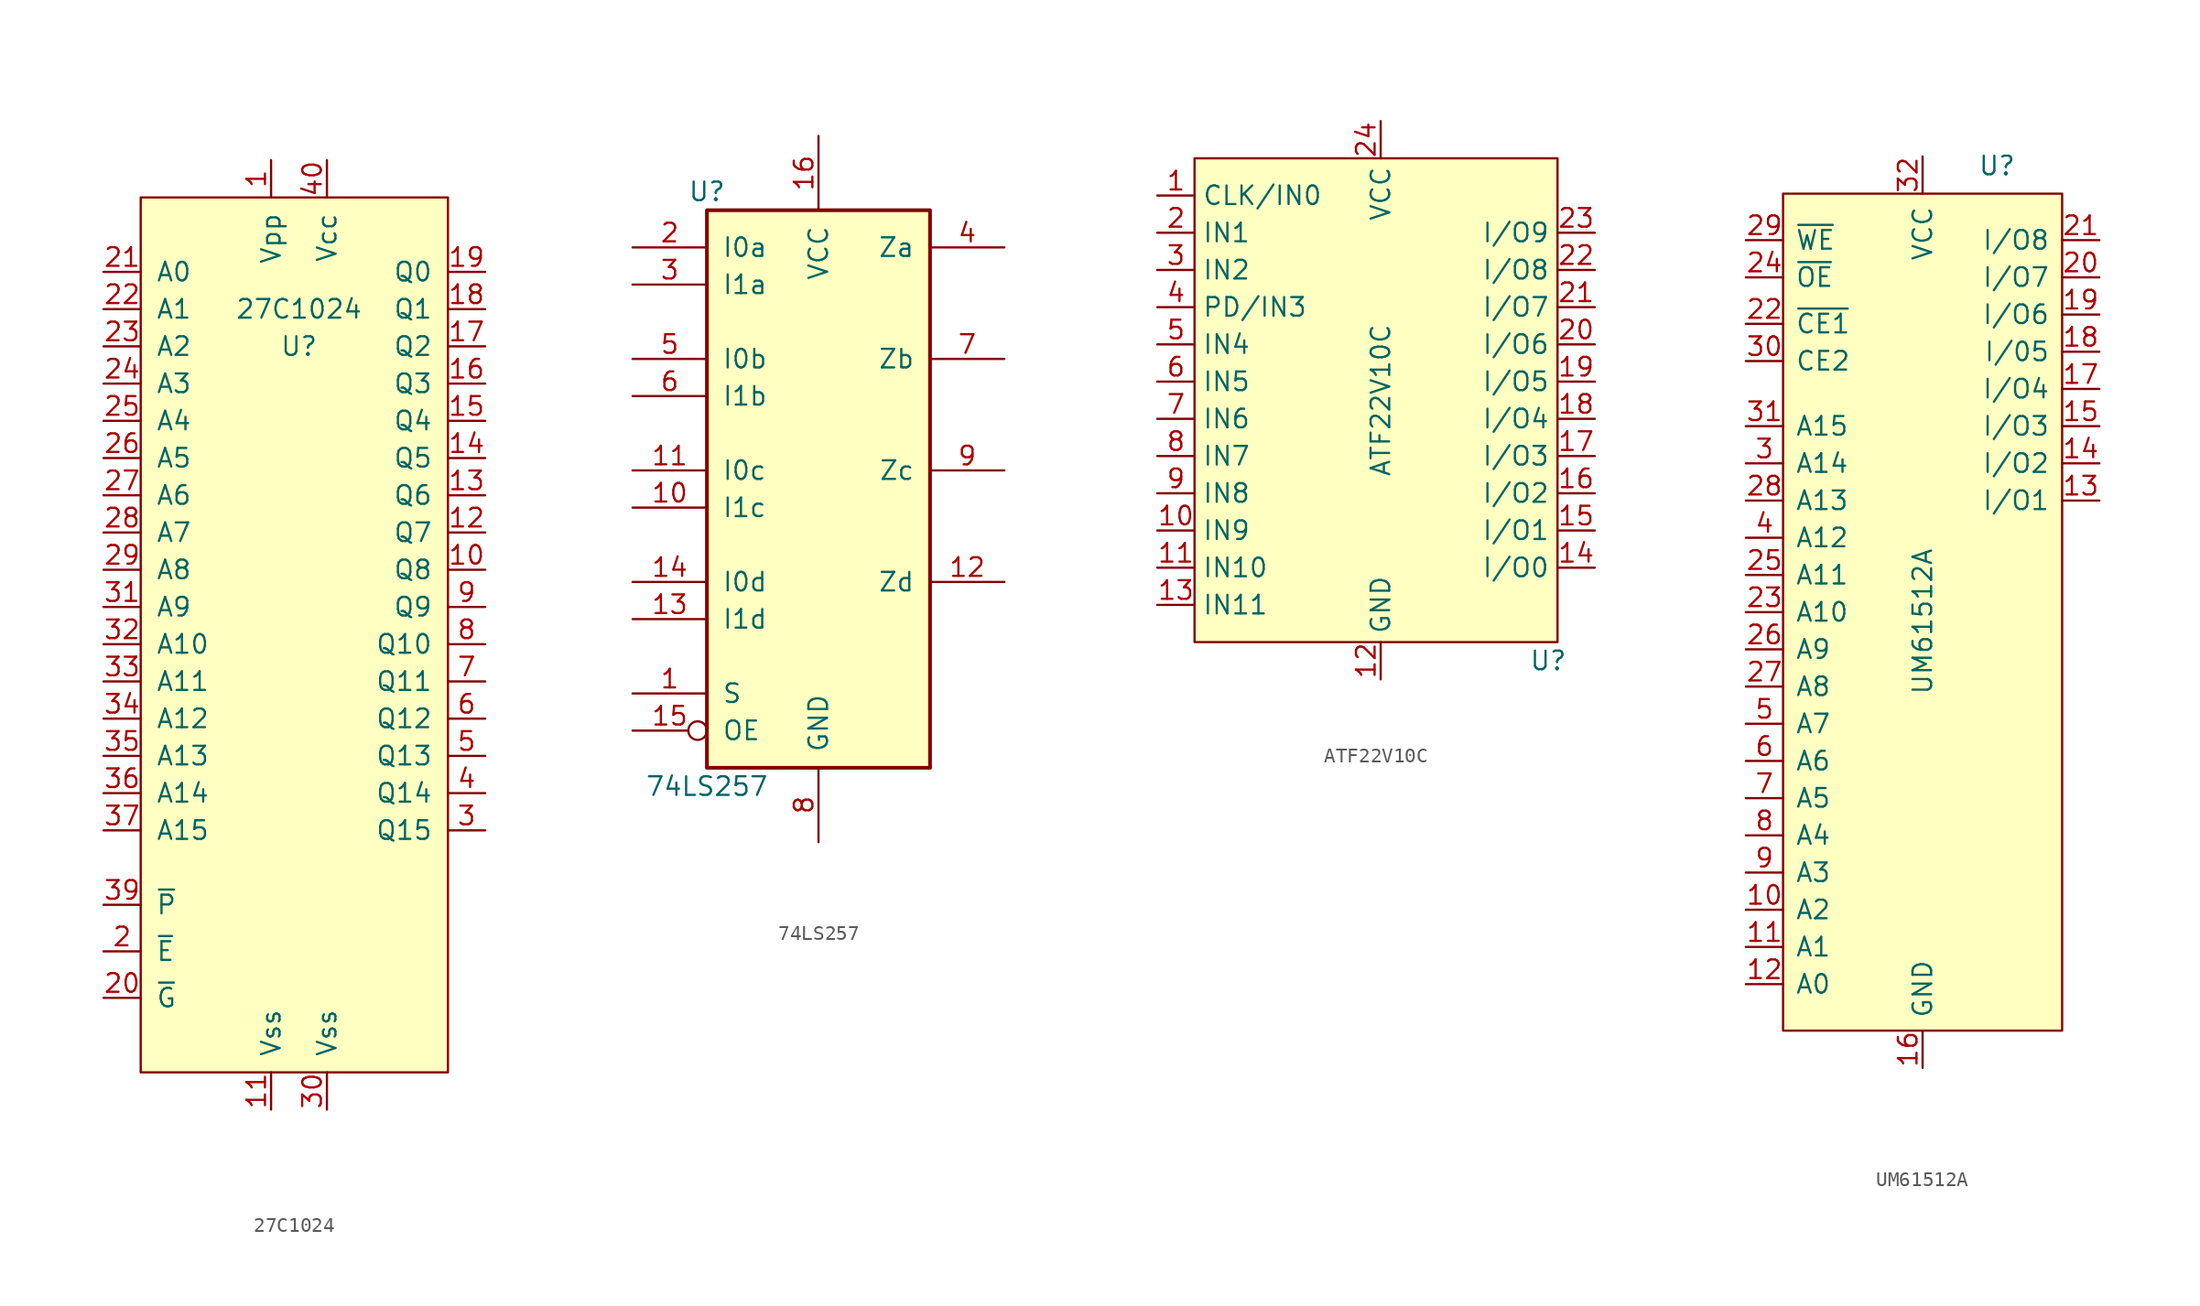
<source format=kicad_sym>
(kicad_symbol_lib
  (version 20211014)
  (generator kicad_symbol_editor)
  (symbol "27C1024"
    (pin_names
      (offset 1.016))
    (property "Reference" "U"
      (at 10.795 -10.16 0)
      (effects (font (size 1.27 1.27))))
    (property "Value" "27C1024"
      (at 10.795 -7.62 0)
      (effects (font (size 1.27 1.27))))
    (symbol "27C1024_0_0"
      (pin power_in line (at 8.89 2.54 270) (length 2.54) (name "Vpp" (effects (font (size 1.27 1.27)))) (number "1" (effects (font (size 1.27 1.27)))))
      (pin output line (at 23.495 -25.4 180) (length 2.54) (name "Q8" (effects (font (size 1.27 1.27)))) (number "10" (effects (font (size 1.27 1.27)))))
      (pin power_in line (at 8.89 -62.23 90) (length 2.54) (name "Vss" (effects (font (size 1.27 1.27)))) (number "11" (effects (font (size 1.27 1.27)))))
      (pin output line (at 23.495 -22.86 180) (length 2.54) (name "Q7" (effects (font (size 1.27 1.27)))) (number "12" (effects (font (size 1.27 1.27)))))
      (pin output line (at 23.495 -20.32 180) (length 2.54) (name "Q6" (effects (font (size 1.27 1.27)))) (number "13" (effects (font (size 1.27 1.27)))))
      (pin output line (at 23.495 -17.78 180) (length 2.54) (name "Q5" (effects (font (size 1.27 1.27)))) (number "14" (effects (font (size 1.27 1.27)))))
      (pin output line (at 23.495 -15.24 180) (length 2.54) (name "Q4" (effects (font (size 1.27 1.27)))) (number "15" (effects (font (size 1.27 1.27)))))
      (pin output line (at 23.495 -12.7 180) (length 2.54) (name "Q3" (effects (font (size 1.27 1.27)))) (number "16" (effects (font (size 1.27 1.27)))))
      (pin output line (at 23.495 -10.16 180) (length 2.54) (name "Q2" (effects (font (size 1.27 1.27)))) (number "17" (effects (font (size 1.27 1.27)))))
      (pin output line (at 23.495 -7.62 180) (length 2.54) (name "Q1" (effects (font (size 1.27 1.27)))) (number "18" (effects (font (size 1.27 1.27)))))
      (pin output line (at 23.495 -5.08 180) (length 2.54) (name "Q0" (effects (font (size 1.27 1.27)))) (number "19" (effects (font (size 1.27 1.27)))))
      (pin input line (at -2.54 -51.435 0) (length 2.54) (name "~{E}" (effects (font (size 1.27 1.27)))) (number "2" (effects (font (size 1.27 1.27)))))
      (pin input line (at -2.54 -54.61 0) (length 2.54) (name "~{G}" (effects (font (size 1.27 1.27)))) (number "20" (effects (font (size 1.27 1.27)))))
      (pin input line (at -2.54 -5.08 0) (length 2.54) (name "A0" (effects (font (size 1.27 1.27)))) (number "21" (effects (font (size 1.27 1.27)))))
      (pin input line (at -2.54 -7.62 0) (length 2.54) (name "A1" (effects (font (size 1.27 1.27)))) (number "22" (effects (font (size 1.27 1.27)))))
      (pin input line (at -2.54 -10.16 0) (length 2.54) (name "A2" (effects (font (size 1.27 1.27)))) (number "23" (effects (font (size 1.27 1.27)))))
      (pin input line (at -2.54 -12.7 0) (length 2.54) (name "A3" (effects (font (size 1.27 1.27)))) (number "24" (effects (font (size 1.27 1.27)))))
      (pin input line (at -2.54 -15.24 0) (length 2.54) (name "A4" (effects (font (size 1.27 1.27)))) (number "25" (effects (font (size 1.27 1.27)))))
      (pin input line (at -2.54 -17.78 0) (length 2.54) (name "A5" (effects (font (size 1.27 1.27)))) (number "26" (effects (font (size 1.27 1.27)))))
      (pin input line (at -2.54 -20.32 0) (length 2.54) (name "A6" (effects (font (size 1.27 1.27)))) (number "27" (effects (font (size 1.27 1.27)))))
      (pin input line (at -2.54 -22.86 0) (length 2.54) (name "A7" (effects (font (size 1.27 1.27)))) (number "28" (effects (font (size 1.27 1.27)))))
      (pin input line (at -2.54 -25.4 0) (length 2.54) (name "A8" (effects (font (size 1.27 1.27)))) (number "29" (effects (font (size 1.27 1.27)))))
      (pin output line (at 23.495 -43.18 180) (length 2.54) (name "Q15" (effects (font (size 1.27 1.27)))) (number "3" (effects (font (size 1.27 1.27)))))
      (pin power_in line (at 12.7 -62.23 90) (length 2.54) (name "Vss" (effects (font (size 1.27 1.27)))) (number "30" (effects (font (size 1.27 1.27)))))
      (pin input line (at -2.54 -27.94 0) (length 2.54) (name "A9" (effects (font (size 1.27 1.27)))) (number "31" (effects (font (size 1.27 1.27)))))
      (pin input line (at -2.54 -30.48 0) (length 2.54) (name "A10" (effects (font (size 1.27 1.27)))) (number "32" (effects (font (size 1.27 1.27)))))
      (pin input line (at -2.54 -33.02 0) (length 2.54) (name "A11" (effects (font (size 1.27 1.27)))) (number "33" (effects (font (size 1.27 1.27)))))
      (pin input line (at -2.54 -35.56 0) (length 2.54) (name "A12" (effects (font (size 1.27 1.27)))) (number "34" (effects (font (size 1.27 1.27)))))
      (pin input line (at -2.54 -38.1 0) (length 2.54) (name "A13" (effects (font (size 1.27 1.27)))) (number "35" (effects (font (size 1.27 1.27)))))
      (pin input line (at -2.54 -40.64 0) (length 2.54) (name "A14" (effects (font (size 1.27 1.27)))) (number "36" (effects (font (size 1.27 1.27)))))
      (pin input line (at -2.54 -43.18 0) (length 2.54) (name "A15" (effects (font (size 1.27 1.27)))) (number "37" (effects (font (size 1.27 1.27)))))
      (pin no_connect line (at 23.495 -48.26 180) (length 2.54) hide (name "NC" (effects (font (size 1.27 1.27)))) (number "38" (effects (font (size 1.27 1.27)))))
      (pin input line (at -2.54 -48.26 0) (length 2.54) (name "~{P}" (effects (font (size 1.27 1.27)))) (number "39" (effects (font (size 1.27 1.27)))))
      (pin output line (at 23.495 -40.64 180) (length 2.54) (name "Q14" (effects (font (size 1.27 1.27)))) (number "4" (effects (font (size 1.27 1.27)))))
      (pin power_in line (at 12.7 2.54 270) (length 2.54) (name "Vcc" (effects (font (size 1.27 1.27)))) (number "40" (effects (font (size 1.27 1.27)))))
      (pin output line (at 23.495 -38.1 180) (length 2.54) (name "Q13" (effects (font (size 1.27 1.27)))) (number "5" (effects (font (size 1.27 1.27)))))
      (pin output line (at 23.495 -35.56 180) (length 2.54) (name "Q12" (effects (font (size 1.27 1.27)))) (number "6" (effects (font (size 1.27 1.27)))))
      (pin output line (at 23.495 -33.02 180) (length 2.54) (name "Q11" (effects (font (size 1.27 1.27)))) (number "7" (effects (font (size 1.27 1.27)))))
      (pin output line (at 23.495 -30.48 180) (length 2.54) (name "Q10" (effects (font (size 1.27 1.27)))) (number "8" (effects (font (size 1.27 1.27)))))
      (pin output line (at 23.495 -27.94 180) (length 2.54) (name "Q9" (effects (font (size 1.27 1.27)))) (number "9" (effects (font (size 1.27 1.27))))))
    (symbol "27C1024_0_1"
      (rectangle (start 0 0) (end 20.955 -59.69) (stroke (width 0) (type default) (color 0 0 0 0)) (fill (type background)))))
  (symbol "74LS257"
    (pin_names
      (offset 1.016))
    (property "Reference" "U"
      (at -7.62 19.05 0)
      (effects (font (size 1.27 1.27))))
    (property "Value" "74LS257"
      (at -7.62 -21.59 0)
      (effects (font (size 1.27 1.27))))
    (property "ki_locked" ""
      (at 0 0 0)
      (effects (font (size 1.27 1.27))))
    (symbol "74LS257_1_0"
      (pin input line (at -12.7 -15.24 0) (length 5.08) (name "S" (effects (font (size 1.27 1.27)))) (number "1" (effects (font (size 1.27 1.27)))))
      (pin input line (at -12.7 -2.54 0) (length 5.08) (name "I1c" (effects (font (size 1.27 1.27)))) (number "10" (effects (font (size 1.27 1.27)))))
      (pin input line (at -12.7 0 0) (length 5.08) (name "I0c" (effects (font (size 1.27 1.27)))) (number "11" (effects (font (size 1.27 1.27)))))
      (pin tri_state line (at 12.7 -7.62 180) (length 5.08) (name "Zd" (effects (font (size 1.27 1.27)))) (number "12" (effects (font (size 1.27 1.27)))))
      (pin input line (at -12.7 -10.16 0) (length 5.08) (name "I1d" (effects (font (size 1.27 1.27)))) (number "13" (effects (font (size 1.27 1.27)))))
      (pin input line (at -12.7 -7.62 0) (length 5.08) (name "I0d" (effects (font (size 1.27 1.27)))) (number "14" (effects (font (size 1.27 1.27)))))
      (pin input inverted (at -12.7 -17.78 0) (length 5.08) (name "OE" (effects (font (size 1.27 1.27)))) (number "15" (effects (font (size 1.27 1.27)))))
      (pin power_in line (at 0 22.86 270) (length 5.08) (name "VCC" (effects (font (size 1.27 1.27)))) (number "16" (effects (font (size 1.27 1.27)))))
      (pin input line (at -12.7 15.24 0) (length 5.08) (name "I0a" (effects (font (size 1.27 1.27)))) (number "2" (effects (font (size 1.27 1.27)))))
      (pin input line (at -12.7 12.7 0) (length 5.08) (name "I1a" (effects (font (size 1.27 1.27)))) (number "3" (effects (font (size 1.27 1.27)))))
      (pin tri_state line (at 12.7 15.24 180) (length 5.08) (name "Za" (effects (font (size 1.27 1.27)))) (number "4" (effects (font (size 1.27 1.27)))))
      (pin input line (at -12.7 7.62 0) (length 5.08) (name "I0b" (effects (font (size 1.27 1.27)))) (number "5" (effects (font (size 1.27 1.27)))))
      (pin input line (at -12.7 5.08 0) (length 5.08) (name "I1b" (effects (font (size 1.27 1.27)))) (number "6" (effects (font (size 1.27 1.27)))))
      (pin tri_state line (at 12.7 7.62 180) (length 5.08) (name "Zb" (effects (font (size 1.27 1.27)))) (number "7" (effects (font (size 1.27 1.27)))))
      (pin power_in line (at 0 -25.4 90) (length 5.08) (name "GND" (effects (font (size 1.27 1.27)))) (number "8" (effects (font (size 1.27 1.27)))))
      (pin tri_state line (at 12.7 0 180) (length 5.08) (name "Zc" (effects (font (size 1.27 1.27)))) (number "9" (effects (font (size 1.27 1.27))))))
    (symbol "74LS257_1_1"
      (rectangle (start -7.62 17.78) (end 7.62 -20.32) (stroke (width 0.254) (type default) (color 0 0 0 0)) (fill (type background)))))
  (symbol "ATF22V10C"
    (property "Reference" "U"
      (at 11.43 -17.78 0)
      (effects (font (size 1.27 1.27))))
    (property "Value" "ATF22V10C"
      (at 0 0 90)
      (effects (font (size 1.27 1.27))))
    (symbol "ATF22V10C_0_0"
      (pin input line (at -15.24 13.97 0) (length 2.54) (name "CLK/IN0" (effects (font (size 1.27 1.27)))) (number "1" (effects (font (size 1.27 1.27)))))
      (pin input line (at -15.24 -8.89 0) (length 2.54) (name "IN9" (effects (font (size 1.27 1.27)))) (number "10" (effects (font (size 1.27 1.27)))))
      (pin input line (at -15.24 -11.43 0) (length 2.54) (name "IN10" (effects (font (size 1.27 1.27)))) (number "11" (effects (font (size 1.27 1.27)))))
      (pin power_in line (at 0 -19.05 90) (length 2.54) (name "GND" (effects (font (size 1.27 1.27)))) (number "12" (effects (font (size 1.27 1.27)))))
      (pin input line (at -15.24 -13.97 0) (length 2.54) (name "IN11" (effects (font (size 1.27 1.27)))) (number "13" (effects (font (size 1.27 1.27)))))
      (pin bidirectional line (at 14.605 -11.43 180) (length 2.54) (name "I/O0" (effects (font (size 1.27 1.27)))) (number "14" (effects (font (size 1.27 1.27)))))
      (pin bidirectional line (at 14.605 -8.89 180) (length 2.54) (name "I/O1" (effects (font (size 1.27 1.27)))) (number "15" (effects (font (size 1.27 1.27)))))
      (pin bidirectional line (at 14.605 -6.35 180) (length 2.54) (name "I/O2" (effects (font (size 1.27 1.27)))) (number "16" (effects (font (size 1.27 1.27)))))
      (pin bidirectional line (at 14.605 -3.81 180) (length 2.54) (name "I/O3" (effects (font (size 1.27 1.27)))) (number "17" (effects (font (size 1.27 1.27)))))
      (pin bidirectional line (at 14.605 -1.27 180) (length 2.54) (name "I/O4" (effects (font (size 1.27 1.27)))) (number "18" (effects (font (size 1.27 1.27)))))
      (pin bidirectional line (at 14.605 1.27 180) (length 2.54) (name "I/O5" (effects (font (size 1.27 1.27)))) (number "19" (effects (font (size 1.27 1.27)))))
      (pin input line (at -15.24 11.43 0) (length 2.54) (name "IN1" (effects (font (size 1.27 1.27)))) (number "2" (effects (font (size 1.27 1.27)))))
      (pin bidirectional line (at 14.605 3.81 180) (length 2.54) (name "I/O6" (effects (font (size 1.27 1.27)))) (number "20" (effects (font (size 1.27 1.27)))))
      (pin bidirectional line (at 14.605 6.35 180) (length 2.54) (name "I/O7" (effects (font (size 1.27 1.27)))) (number "21" (effects (font (size 1.27 1.27)))))
      (pin bidirectional line (at 14.605 8.89 180) (length 2.54) (name "I/O8" (effects (font (size 1.27 1.27)))) (number "22" (effects (font (size 1.27 1.27)))))
      (pin bidirectional line (at 14.605 11.43 180) (length 2.54) (name "I/O9" (effects (font (size 1.27 1.27)))) (number "23" (effects (font (size 1.27 1.27)))))
      (pin power_in line (at 0 19.05 270) (length 2.54) (name "VCC" (effects (font (size 1.27 1.27)))) (number "24" (effects (font (size 1.27 1.27)))))
      (pin input line (at -15.24 8.89 0) (length 2.54) (name "IN2" (effects (font (size 1.27 1.27)))) (number "3" (effects (font (size 1.27 1.27)))))
      (pin input line (at -15.24 6.35 0) (length 2.54) (name "PD/IN3" (effects (font (size 1.27 1.27)))) (number "4" (effects (font (size 1.27 1.27)))))
      (pin input line (at -15.24 3.81 0) (length 2.54) (name "IN4" (effects (font (size 1.27 1.27)))) (number "5" (effects (font (size 1.27 1.27)))))
      (pin input line (at -15.24 1.27 0) (length 2.54) (name "IN5" (effects (font (size 1.27 1.27)))) (number "6" (effects (font (size 1.27 1.27)))))
      (pin input line (at -15.24 -1.27 0) (length 2.54) (name "IN6" (effects (font (size 1.27 1.27)))) (number "7" (effects (font (size 1.27 1.27)))))
      (pin input line (at -15.24 -3.81 0) (length 2.54) (name "IN7" (effects (font (size 1.27 1.27)))) (number "8" (effects (font (size 1.27 1.27)))))
      (pin input line (at -15.24 -6.35 0) (length 2.54) (name "IN8" (effects (font (size 1.27 1.27)))) (number "9" (effects (font (size 1.27 1.27))))))
    (symbol "ATF22V10C_0_1"
      (rectangle (start -12.7 16.51) (end 12.065 -16.51) (stroke (width 0.152) (type default) (color 0 0 0 0)) (fill (type background)))))
  (symbol "UM61512A"
    (pin_names
      (offset 0.813))
    (property "Reference" "U"
      (at 14.605 1.905 0)
      (effects (font (size 1.27 1.27))))
    (property "Value" "UM61512A"
      (at 9.525 -29.21 90)
      (effects (font (size 1.27 1.27))))
    (symbol "UM61512A_0_0"
      (pin no_connect line (at 21.59 -51.435 180) (length 2.54) hide (name "NC" (effects (font (size 1.27 1.27)))) (number "1" (effects (font (size 1.27 1.27)))))
      (pin input line (at -2.54 -48.895 0) (length 2.54) (name "A2" (effects (font (size 1.27 1.27)))) (number "10" (effects (font (size 1.27 1.27)))))
      (pin input line (at -2.54 -51.435 0) (length 2.54) (name "A1" (effects (font (size 1.27 1.27)))) (number "11" (effects (font (size 1.27 1.27)))))
      (pin input line (at -2.54 -53.975 0) (length 2.54) (name "A0" (effects (font (size 1.27 1.27)))) (number "12" (effects (font (size 1.27 1.27)))))
      (pin bidirectional line (at 21.59 -20.955 180) (length 2.54) (name "I/O1" (effects (font (size 1.27 1.27)))) (number "13" (effects (font (size 1.27 1.27)))))
      (pin bidirectional line (at 21.59 -18.415 180) (length 2.54) (name "I/O2" (effects (font (size 1.27 1.27)))) (number "14" (effects (font (size 1.27 1.27)))))
      (pin bidirectional line (at 21.59 -15.875 180) (length 2.54) (name "I/O3" (effects (font (size 1.27 1.27)))) (number "15" (effects (font (size 1.27 1.27)))))
      (pin power_in line (at 9.525 -59.69 90) (length 2.54) (name "GND" (effects (font (size 1.27 1.27)))) (number "16" (effects (font (size 1.27 1.27)))))
      (pin bidirectional line (at 21.59 -13.335 180) (length 2.54) (name "I/O4" (effects (font (size 1.27 1.27)))) (number "17" (effects (font (size 1.27 1.27)))))
      (pin bidirectional line (at 21.59 -10.795 180) (length 2.54) (name "I/05" (effects (font (size 1.27 1.27)))) (number "18" (effects (font (size 1.27 1.27)))))
      (pin bidirectional line (at 21.59 -8.255 180) (length 2.54) (name "I/O6" (effects (font (size 1.27 1.27)))) (number "19" (effects (font (size 1.27 1.27)))))
      (pin no_connect line (at 21.59 -53.975 180) (length 2.54) hide (name "NC" (effects (font (size 1.27 1.27)))) (number "2" (effects (font (size 1.27 1.27)))))
      (pin bidirectional line (at 21.59 -5.715 180) (length 2.54) (name "I/O7" (effects (font (size 1.27 1.27)))) (number "20" (effects (font (size 1.27 1.27)))))
      (pin bidirectional line (at 21.59 -3.175 180) (length 2.54) (name "I/O8" (effects (font (size 1.27 1.27)))) (number "21" (effects (font (size 1.27 1.27)))))
      (pin input line (at -2.54 -8.89 0) (length 2.54) (name "~{CE1}" (effects (font (size 1.27 1.27)))) (number "22" (effects (font (size 1.27 1.27)))))
      (pin input line (at -2.54 -28.575 0) (length 2.54) (name "A10" (effects (font (size 1.27 1.27)))) (number "23" (effects (font (size 1.27 1.27)))))
      (pin input line (at -2.54 -5.715 0) (length 2.54) (name "~{OE}" (effects (font (size 1.27 1.27)))) (number "24" (effects (font (size 1.27 1.27)))))
      (pin input line (at -2.54 -26.035 0) (length 2.54) (name "A11" (effects (font (size 1.27 1.27)))) (number "25" (effects (font (size 1.27 1.27)))))
      (pin input line (at -2.54 -31.115 0) (length 2.54) (name "A9" (effects (font (size 1.27 1.27)))) (number "26" (effects (font (size 1.27 1.27)))))
      (pin input line (at -2.54 -33.655 0) (length 2.54) (name "A8" (effects (font (size 1.27 1.27)))) (number "27" (effects (font (size 1.27 1.27)))))
      (pin input line (at -2.54 -20.955 0) (length 2.54) (name "A13" (effects (font (size 1.27 1.27)))) (number "28" (effects (font (size 1.27 1.27)))))
      (pin input line (at -2.54 -3.175 0) (length 2.54) (name "~{WE}" (effects (font (size 1.27 1.27)))) (number "29" (effects (font (size 1.27 1.27)))))
      (pin input line (at -2.54 -18.415 0) (length 2.54) (name "A14" (effects (font (size 1.27 1.27)))) (number "3" (effects (font (size 1.27 1.27)))))
      (pin input line (at -2.54 -11.43 0) (length 2.54) (name "CE2" (effects (font (size 1.27 1.27)))) (number "30" (effects (font (size 1.27 1.27)))))
      (pin input line (at -2.54 -15.875 0) (length 2.54) (name "A15" (effects (font (size 1.27 1.27)))) (number "31" (effects (font (size 1.27 1.27)))))
      (pin power_in line (at 9.525 2.54 270) (length 2.54) (name "VCC" (effects (font (size 1.27 1.27)))) (number "32" (effects (font (size 1.27 1.27)))))
      (pin input line (at -2.54 -23.495 0) (length 2.54) (name "A12" (effects (font (size 1.27 1.27)))) (number "4" (effects (font (size 1.27 1.27)))))
      (pin input line (at -2.54 -36.195 0) (length 2.54) (name "A7" (effects (font (size 1.27 1.27)))) (number "5" (effects (font (size 1.27 1.27)))))
      (pin input line (at -2.54 -38.735 0) (length 2.54) (name "A6" (effects (font (size 1.27 1.27)))) (number "6" (effects (font (size 1.27 1.27)))))
      (pin input line (at -2.54 -41.275 0) (length 2.54) (name "A5" (effects (font (size 1.27 1.27)))) (number "7" (effects (font (size 1.27 1.27)))))
      (pin input line (at -2.54 -43.815 0) (length 2.54) (name "A4" (effects (font (size 1.27 1.27)))) (number "8" (effects (font (size 1.27 1.27)))))
      (pin input line (at -2.54 -46.355 0) (length 2.54) (name "A3" (effects (font (size 1.27 1.27)))) (number "9" (effects (font (size 1.27 1.27))))))
    (symbol "UM61512A_0_1"
      (rectangle (start 0 0) (end 19.05 -57.15) (stroke (width 0) (type default) (color 0 0 0 0)) (fill (type background))))))
</source>
